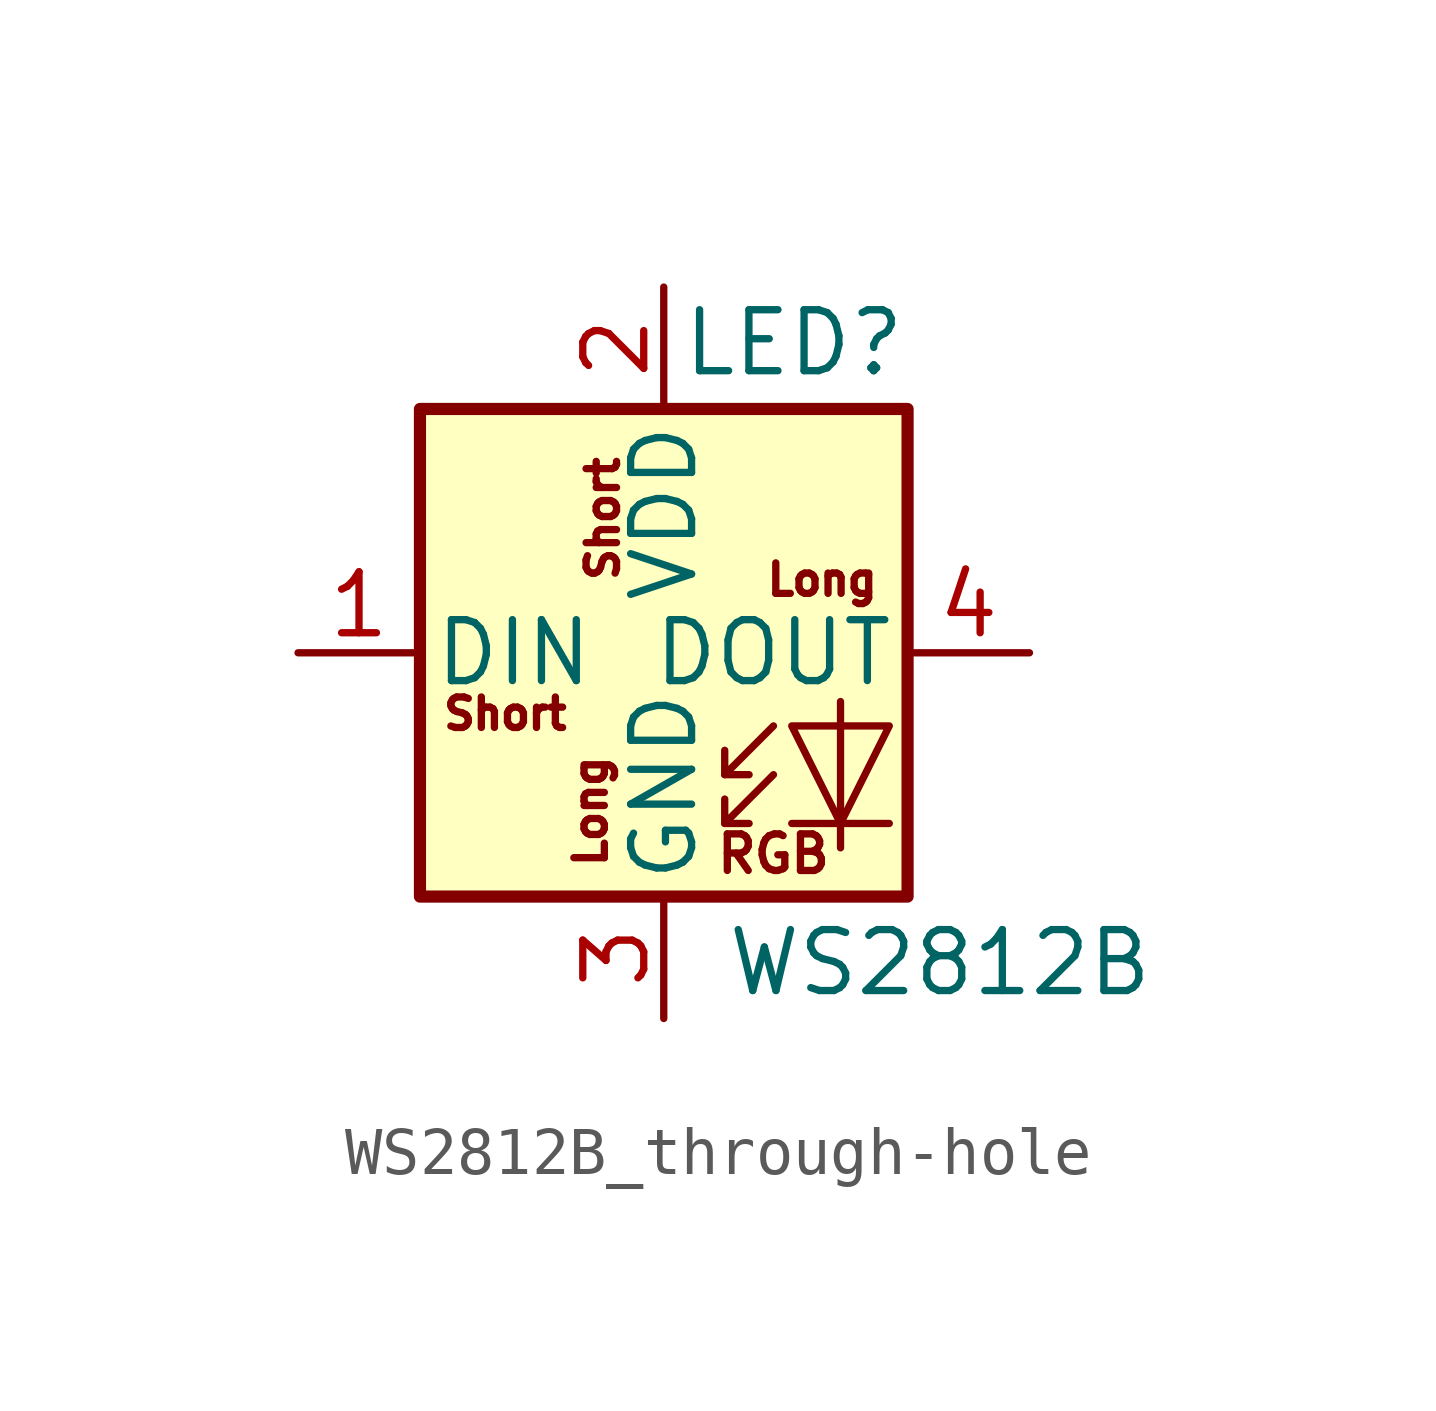
<source format=kicad_sym>
(kicad_symbol_lib
  (version 20231120)
  (generator "kicad_symbol_editor")
  (generator_version "8.0")
  (symbol "WS2812B_through-hole"
    (pin_names
      (offset 0.254))
    (property "Reference" "LED"
      (at 5.08 5.715 0)
      (effects (font (size 1.27 1.27)) (justify right bottom)))
    (property "Value" "WS2812B"
      (at 1.27 -5.715 0)
      (effects (font (size 1.27 1.27)) (justify left top)))
    (symbol "WS2812B_through-hole_0_0"
      (text "RGB" (at 2.286 -4.191 0) (effects (font (size 0.762 0.762)))))
    (symbol "WS2812B_through-hole_0_1"
      (polyline (pts (xy 1.27 -3.556) (xy 1.778 -3.556)) (stroke (width 0) (type default)) (fill (type none)))
      (polyline (pts (xy 1.27 -2.54) (xy 1.778 -2.54)) (stroke (width 0) (type default)) (fill (type none)))
      (polyline (pts (xy 4.699 -3.556) (xy 2.667 -3.556)) (stroke (width 0) (type default)) (fill (type none)))
      (polyline (pts (xy 2.286 -2.54) (xy 1.27 -3.556) (xy 1.27 -3.048)) (stroke (width 0) (type default)) (fill (type none)))
      (polyline (pts (xy 2.286 -1.524) (xy 1.27 -2.54) (xy 1.27 -2.032)) (stroke (width 0) (type default)) (fill (type none)))
      (polyline (pts (xy 3.683 -1.016) (xy 3.683 -3.556) (xy 3.683 -4.064)) (stroke (width 0) (type default)) (fill (type none)))
      (polyline (pts (xy 4.699 -1.524) (xy 2.667 -1.524) (xy 3.683 -3.556) (xy 4.699 -1.524)) (stroke (width 0) (type default)) (fill (type none)))
      (rectangle (start 5.08 5.08) (end -5.08 -5.08) (stroke (width 0.254) (type default)) (fill (type background))))
    (symbol "WS2812B_through-hole_1_1"
      (text "Long" (at -1.524 -3.302 900) (effects (font (size 0.635 0.635))))
      (text "Long" (at 3.302 1.524 0) (effects (font (size 0.635 0.635))))
      (text "Short" (at -3.302 -1.27 0) (effects (font (size 0.635 0.635))))
      (text "Short" (at -1.27 2.794 900) (effects (font (size 0.635 0.635))))
      (pin input line (at -7.62 0 0) (length 2.54) (name "DIN" (effects (font (size 1.27 1.27)))) (number "1" (effects (font (size 1.27 1.27)))))
      (pin power_in line (at 0 7.62 270) (length 2.54) (name "VDD" (effects (font (size 1.27 1.27)))) (number "2" (effects (font (size 1.27 1.27)))))
      (pin power_in line (at 0 -7.62 90) (length 2.54) (name "GND" (effects (font (size 1.27 1.27)))) (number "3" (effects (font (size 1.27 1.27)))))
      (pin output line (at 7.62 0 180) (length 2.54) (name "DOUT" (effects (font (size 1.27 1.27)))) (number "4" (effects (font (size 1.27 1.27))))))))
</source>
